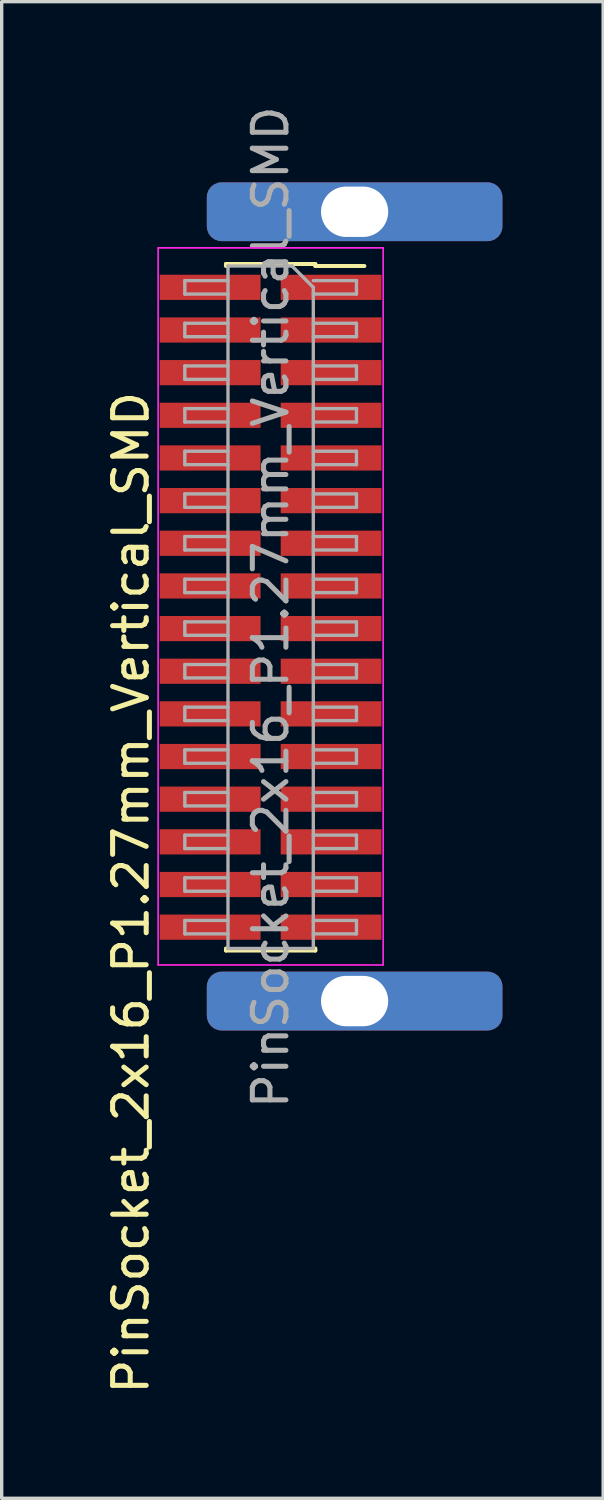
<source format=kicad_pcb>
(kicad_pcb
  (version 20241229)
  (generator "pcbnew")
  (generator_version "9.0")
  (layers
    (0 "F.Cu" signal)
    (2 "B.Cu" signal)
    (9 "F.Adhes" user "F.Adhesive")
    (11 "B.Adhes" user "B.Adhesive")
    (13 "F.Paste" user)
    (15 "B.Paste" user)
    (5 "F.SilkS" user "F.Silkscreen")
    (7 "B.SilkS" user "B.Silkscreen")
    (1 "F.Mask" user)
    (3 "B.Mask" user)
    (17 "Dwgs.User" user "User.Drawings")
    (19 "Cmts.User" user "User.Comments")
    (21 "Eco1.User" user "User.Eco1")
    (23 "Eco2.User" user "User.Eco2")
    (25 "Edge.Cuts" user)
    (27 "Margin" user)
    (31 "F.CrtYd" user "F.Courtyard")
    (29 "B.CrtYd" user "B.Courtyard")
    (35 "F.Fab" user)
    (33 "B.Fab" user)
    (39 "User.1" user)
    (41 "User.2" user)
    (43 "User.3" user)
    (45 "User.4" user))
  (footprint "PinSocket_2x16_P1.27mm_Vertical_SMD"
    (layer "F.Cu")
    (at 5.008 15.03)
    (property "Reference" "PinSocket_2x16_P1.27mm_Vertical_SMD" (at -4.16 8.5 90) (layer "F.SilkS") (effects (font (size 1 1) (thickness 0.15))))
    (attr smd)
    (fp_line (start -1.33 -10.22) (end -1.33 -10.16) (stroke (width 0.12) (type solid)) (layer "F.SilkS"))
    (fp_line (start -1.33 -10.22) (end 1.33 -10.22) (stroke (width 0.12) (type solid)) (layer "F.SilkS"))
    (fp_line (start -1.33 10.16) (end -1.33 10.22) (stroke (width 0.12) (type solid)) (layer "F.SilkS"))
    (fp_line (start -1.33 10.22) (end 1.33 10.22) (stroke (width 0.12) (type solid)) (layer "F.SilkS"))
    (fp_line (start 1.33 -10.22) (end 1.33 -10.16) (stroke (width 0.12) (type solid)) (layer "F.SilkS"))
    (fp_line (start 1.33 -10.16) (end 2.79 -10.16) (stroke (width 0.12) (type solid)) (layer "F.SilkS"))
    (fp_line (start 1.33 10.16) (end 1.33 10.22) (stroke (width 0.12) (type solid)) (layer "F.SilkS"))
    (fp_line (start -3.35 -10.7) (end 3.35 -10.7) (stroke (width 0.05) (type solid)) (layer "F.CrtYd"))
    (fp_line (start -3.35 10.65) (end -3.35 -10.7) (stroke (width 0.05) (type solid)) (layer "F.CrtYd"))
    (fp_line (start 3.35 -10.7) (end 3.35 10.65) (stroke (width 0.05) (type solid)) (layer "F.CrtYd"))
    (fp_line (start 3.35 10.65) (end -3.35 10.65) (stroke (width 0.05) (type solid)) (layer "F.CrtYd"))
    (fp_line (start -2.555 -9.725) (end -1.27 -9.725) (stroke (width 0.1) (type solid)) (layer "F.Fab"))
    (fp_line (start -2.555 -9.325) (end -2.555 -9.725) (stroke (width 0.1) (type solid)) (layer "F.Fab"))
    (fp_line (start -2.555 -8.455) (end -1.27 -8.455) (stroke (width 0.1) (type solid)) (layer "F.Fab"))
    (fp_line (start -2.555 -8.055) (end -2.555 -8.455) (stroke (width 0.1) (type solid)) (layer "F.Fab"))
    (fp_line (start -2.555 -7.185) (end -1.27 -7.185) (stroke (width 0.1) (type solid)) (layer "F.Fab"))
    (fp_line (start -2.555 -6.785) (end -2.555 -7.185) (stroke (width 0.1) (type solid)) (layer "F.Fab"))
    (fp_line (start -2.555 -5.915) (end -1.27 -5.915) (stroke (width 0.1) (type solid)) (layer "F.Fab"))
    (fp_line (start -2.555 -5.515) (end -2.555 -5.915) (stroke (width 0.1) (type solid)) (layer "F.Fab"))
    (fp_line (start -2.555 -4.645) (end -1.27 -4.645) (stroke (width 0.1) (type solid)) (layer "F.Fab"))
    (fp_line (start -2.555 -4.245) (end -2.555 -4.645) (stroke (width 0.1) (type solid)) (layer "F.Fab"))
    (fp_line (start -2.555 -3.375) (end -1.27 -3.375) (stroke (width 0.1) (type solid)) (layer "F.Fab"))
    (fp_line (start -2.555 -2.975) (end -2.555 -3.375) (stroke (width 0.1) (type solid)) (layer "F.Fab"))
    (fp_line (start -2.555 -2.105) (end -1.27 -2.105) (stroke (width 0.1) (type solid)) (layer "F.Fab"))
    (fp_line (start -2.555 -1.705) (end -2.555 -2.105) (stroke (width 0.1) (type solid)) (layer "F.Fab"))
    (fp_line (start -2.555 -0.835) (end -1.27 -0.835) (stroke (width 0.1) (type solid)) (layer "F.Fab"))
    (fp_line (start -2.555 -0.435) (end -2.555 -0.835) (stroke (width 0.1) (type solid)) (layer "F.Fab"))
    (fp_line (start -2.555 0.435) (end -1.27 0.435) (stroke (width 0.1) (type solid)) (layer "F.Fab"))
    (fp_line (start -2.555 0.835) (end -2.555 0.435) (stroke (width 0.1) (type solid)) (layer "F.Fab"))
    (fp_line (start -2.555 1.705) (end -1.27 1.705) (stroke (width 0.1) (type solid)) (layer "F.Fab"))
    (fp_line (start -2.555 2.105) (end -2.555 1.705) (stroke (width 0.1) (type solid)) (layer "F.Fab"))
    (fp_line (start -2.555 2.975) (end -1.27 2.975) (stroke (width 0.1) (type solid)) (layer "F.Fab"))
    (fp_line (start -2.555 3.375) (end -2.555 2.975) (stroke (width 0.1) (type solid)) (layer "F.Fab"))
    (fp_line (start -2.555 4.245) (end -1.27 4.245) (stroke (width 0.1) (type solid)) (layer "F.Fab"))
    (fp_line (start -2.555 4.645) (end -2.555 4.245) (stroke (width 0.1) (type solid)) (layer "F.Fab"))
    (fp_line (start -2.555 5.515) (end -1.27 5.515) (stroke (width 0.1) (type solid)) (layer "F.Fab"))
    (fp_line (start -2.555 5.915) (end -2.555 5.515) (stroke (width 0.1) (type solid)) (layer "F.Fab"))
    (fp_line (start -2.555 6.785) (end -1.27 6.785) (stroke (width 0.1) (type solid)) (layer "F.Fab"))
    (fp_line (start -2.555 7.185) (end -2.555 6.785) (stroke (width 0.1) (type solid)) (layer "F.Fab"))
    (fp_line (start -2.555 8.055) (end -1.27 8.055) (stroke (width 0.1) (type solid)) (layer "F.Fab"))
    (fp_line (start -2.555 8.455) (end -2.555 8.055) (stroke (width 0.1) (type solid)) (layer "F.Fab"))
    (fp_line (start -2.555 9.325) (end -1.27 9.325) (stroke (width 0.1) (type solid)) (layer "F.Fab"))
    (fp_line (start -2.555 9.725) (end -2.555 9.325) (stroke (width 0.1) (type solid)) (layer "F.Fab"))
    (fp_line (start -1.27 -10.16) (end 0.635 -10.16) (stroke (width 0.1) (type solid)) (layer "F.Fab"))
    (fp_line (start -1.27 -9.325) (end -2.555 -9.325) (stroke (width 0.1) (type solid)) (layer "F.Fab"))
    (fp_line (start -1.27 -8.055) (end -2.555 -8.055) (stroke (width 0.1) (type solid)) (layer "F.Fab"))
    (fp_line (start -1.27 -6.785) (end -2.555 -6.785) (stroke (width 0.1) (type solid)) (layer "F.Fab"))
    (fp_line (start -1.27 -5.515) (end -2.555 -5.515) (stroke (width 0.1) (type solid)) (layer "F.Fab"))
    (fp_line (start -1.27 -4.245) (end -2.555 -4.245) (stroke (width 0.1) (type solid)) (layer "F.Fab"))
    (fp_line (start -1.27 -2.975) (end -2.555 -2.975) (stroke (width 0.1) (type solid)) (layer "F.Fab"))
    (fp_line (start -1.27 -1.705) (end -2.555 -1.705) (stroke (width 0.1) (type solid)) (layer "F.Fab"))
    (fp_line (start -1.27 -0.435) (end -2.555 -0.435) (stroke (width 0.1) (type solid)) (layer "F.Fab"))
    (fp_line (start -1.27 0.835) (end -2.555 0.835) (stroke (width 0.1) (type solid)) (layer "F.Fab"))
    (fp_line (start -1.27 2.105) (end -2.555 2.105) (stroke (width 0.1) (type solid)) (layer "F.Fab"))
    (fp_line (start -1.27 3.375) (end -2.555 3.375) (stroke (width 0.1) (type solid)) (layer "F.Fab"))
    (fp_line (start -1.27 4.645) (end -2.555 4.645) (stroke (width 0.1) (type solid)) (layer "F.Fab"))
    (fp_line (start -1.27 5.915) (end -2.555 5.915) (stroke (width 0.1) (type solid)) (layer "F.Fab"))
    (fp_line (start -1.27 7.185) (end -2.555 7.185) (stroke (width 0.1) (type solid)) (layer "F.Fab"))
    (fp_line (start -1.27 8.455) (end -2.555 8.455) (stroke (width 0.1) (type solid)) (layer "F.Fab"))
    (fp_line (start -1.27 9.725) (end -2.555 9.725) (stroke (width 0.1) (type solid)) (layer "F.Fab"))
    (fp_line (start -1.27 10.16) (end -1.27 -10.16) (stroke (width 0.1) (type solid)) (layer "F.Fab"))
    (fp_line (start 0.635 -10.16) (end 1.27 -9.525) (stroke (width 0.1) (type solid)) (layer "F.Fab"))
    (fp_line (start 1.27 -9.725) (end 2.555 -9.725) (stroke (width 0.1) (type solid)) (layer "F.Fab"))
    (fp_line (start 1.27 -9.525) (end 1.27 10.16) (stroke (width 0.1) (type solid)) (layer "F.Fab"))
    (fp_line (start 1.27 -8.455) (end 2.555 -8.455) (stroke (width 0.1) (type solid)) (layer "F.Fab"))
    (fp_line (start 1.27 -7.185) (end 2.555 -7.185) (stroke (width 0.1) (type solid)) (layer "F.Fab"))
    (fp_line (start 1.27 -5.915) (end 2.555 -5.915) (stroke (width 0.1) (type solid)) (layer "F.Fab"))
    (fp_line (start 1.27 -4.645) (end 2.555 -4.645) (stroke (width 0.1) (type solid)) (layer "F.Fab"))
    (fp_line (start 1.27 -3.375) (end 2.555 -3.375) (stroke (width 0.1) (type solid)) (layer "F.Fab"))
    (fp_line (start 1.27 -2.105) (end 2.555 -2.105) (stroke (width 0.1) (type solid)) (layer "F.Fab"))
    (fp_line (start 1.27 -0.835) (end 2.555 -0.835) (stroke (width 0.1) (type solid)) (layer "F.Fab"))
    (fp_line (start 1.27 0.435) (end 2.555 0.435) (stroke (width 0.1) (type solid)) (layer "F.Fab"))
    (fp_line (start 1.27 1.705) (end 2.555 1.705) (stroke (width 0.1) (type solid)) (layer "F.Fab"))
    (fp_line (start 1.27 2.975) (end 2.555 2.975) (stroke (width 0.1) (type solid)) (layer "F.Fab"))
    (fp_line (start 1.27 4.245) (end 2.555 4.245) (stroke (width 0.1) (type solid)) (layer "F.Fab"))
    (fp_line (start 1.27 5.515) (end 2.555 5.515) (stroke (width 0.1) (type solid)) (layer "F.Fab"))
    (fp_line (start 1.27 6.785) (end 2.555 6.785) (stroke (width 0.1) (type solid)) (layer "F.Fab"))
    (fp_line (start 1.27 8.055) (end 2.555 8.055) (stroke (width 0.1) (type solid)) (layer "F.Fab"))
    (fp_line (start 1.27 9.325) (end 2.555 9.325) (stroke (width 0.1) (type solid)) (layer "F.Fab"))
    (fp_line (start 1.27 10.16) (end -1.27 10.16) (stroke (width 0.1) (type solid)) (layer "F.Fab"))
    (fp_line (start 2.555 -9.725) (end 2.555 -9.325) (stroke (width 0.1) (type solid)) (layer "F.Fab"))
    (fp_line (start 2.555 -9.325) (end 1.27 -9.325) (stroke (width 0.1) (type solid)) (layer "F.Fab"))
    (fp_line (start 2.555 -8.455) (end 2.555 -8.055) (stroke (width 0.1) (type solid)) (layer "F.Fab"))
    (fp_line (start 2.555 -8.055) (end 1.27 -8.055) (stroke (width 0.1) (type solid)) (layer "F.Fab"))
    (fp_line (start 2.555 -7.185) (end 2.555 -6.785) (stroke (width 0.1) (type solid)) (layer "F.Fab"))
    (fp_line (start 2.555 -6.785) (end 1.27 -6.785) (stroke (width 0.1) (type solid)) (layer "F.Fab"))
    (fp_line (start 2.555 -5.915) (end 2.555 -5.515) (stroke (width 0.1) (type solid)) (layer "F.Fab"))
    (fp_line (start 2.555 -5.515) (end 1.27 -5.515) (stroke (width 0.1) (type solid)) (layer "F.Fab"))
    (fp_line (start 2.555 -4.645) (end 2.555 -4.245) (stroke (width 0.1) (type solid)) (layer "F.Fab"))
    (fp_line (start 2.555 -4.245) (end 1.27 -4.245) (stroke (width 0.1) (type solid)) (layer "F.Fab"))
    (fp_line (start 2.555 -3.375) (end 2.555 -2.975) (stroke (width 0.1) (type solid)) (layer "F.Fab"))
    (fp_line (start 2.555 -2.975) (end 1.27 -2.975) (stroke (width 0.1) (type solid)) (layer "F.Fab"))
    (fp_line (start 2.555 -2.105) (end 2.555 -1.705) (stroke (width 0.1) (type solid)) (layer "F.Fab"))
    (fp_line (start 2.555 -1.705) (end 1.27 -1.705) (stroke (width 0.1) (type solid)) (layer "F.Fab"))
    (fp_line (start 2.555 -0.835) (end 2.555 -0.435) (stroke (width 0.1) (type solid)) (layer "F.Fab"))
    (fp_line (start 2.555 -0.435) (end 1.27 -0.435) (stroke (width 0.1) (type solid)) (layer "F.Fab"))
    (fp_line (start 2.555 0.435) (end 2.555 0.835) (stroke (width 0.1) (type solid)) (layer "F.Fab"))
    (fp_line (start 2.555 0.835) (end 1.27 0.835) (stroke (width 0.1) (type solid)) (layer "F.Fab"))
    (fp_line (start 2.555 1.705) (end 2.555 2.105) (stroke (width 0.1) (type solid)) (layer "F.Fab"))
    (fp_line (start 2.555 2.105) (end 1.27 2.105) (stroke (width 0.1) (type solid)) (layer "F.Fab"))
    (fp_line (start 2.555 2.975) (end 2.555 3.375) (stroke (width 0.1) (type solid)) (layer "F.Fab"))
    (fp_line (start 2.555 3.375) (end 1.27 3.375) (stroke (width 0.1) (type solid)) (layer "F.Fab"))
    (fp_line (start 2.555 4.245) (end 2.555 4.645) (stroke (width 0.1) (type solid)) (layer "F.Fab"))
    (fp_line (start 2.555 4.645) (end 1.27 4.645) (stroke (width 0.1) (type solid)) (layer "F.Fab"))
    (fp_line (start 2.555 5.515) (end 2.555 5.915) (stroke (width 0.1) (type solid)) (layer "F.Fab"))
    (fp_line (start 2.555 5.915) (end 1.27 5.915) (stroke (width 0.1) (type solid)) (layer "F.Fab"))
    (fp_line (start 2.555 6.785) (end 2.555 7.185) (stroke (width 0.1) (type solid)) (layer "F.Fab"))
    (fp_line (start 2.555 7.185) (end 1.27 7.185) (stroke (width 0.1) (type solid)) (layer "F.Fab"))
    (fp_line (start 2.555 8.055) (end 2.555 8.455) (stroke (width 0.1) (type solid)) (layer "F.Fab"))
    (fp_line (start 2.555 8.455) (end 1.27 8.455) (stroke (width 0.1) (type solid)) (layer "F.Fab"))
    (fp_line (start 2.555 9.325) (end 2.555 9.725) (stroke (width 0.1) (type solid)) (layer "F.Fab"))
    (fp_line (start 2.555 9.725) (end 1.27 9.725) (stroke (width 0.1) (type solid)) (layer "F.Fab"))
    (fp_text user "${REFERENCE}" (at 0 0 90) (layer "F.Fab") (effects (font (size 1 1) (thickness 0.15))))
    (pad "1" smd rect (at 1.8 -9.525) (size 3 0.75) (layers "F.Cu" "F.Mask" "F.Paste"))
    (pad "2" smd rect (at -1.8 -9.525) (size 3 0.75) (layers "F.Cu" "F.Mask" "F.Paste"))
    (pad "3" smd rect (at 1.8 -8.255) (size 3 0.75) (layers "F.Cu" "F.Mask" "F.Paste"))
    (pad "4" smd rect (at -1.8 -8.255) (size 3 0.75) (layers "F.Cu" "F.Mask" "F.Paste"))
    (pad "5" smd rect (at 1.8 -6.985) (size 3 0.75) (layers "F.Cu" "F.Mask" "F.Paste"))
    (pad "6" smd rect (at -1.8 -6.985) (size 3 0.75) (layers "F.Cu" "F.Mask" "F.Paste"))
    (pad "7" smd rect (at 1.8 -5.715) (size 3 0.75) (layers "F.Cu" "F.Mask" "F.Paste"))
    (pad "8" smd rect (at -1.8 -5.715) (size 3 0.75) (layers "F.Cu" "F.Mask" "F.Paste"))
    (pad "9" smd rect (at 1.8 -4.445) (size 3 0.75) (layers "F.Cu" "F.Mask" "F.Paste"))
    (pad "10" smd rect (at -1.8 -4.445) (size 3 0.75) (layers "F.Cu" "F.Mask" "F.Paste"))
    (pad "11" smd rect (at 1.8 -3.175) (size 3 0.75) (layers "F.Cu" "F.Mask" "F.Paste"))
    (pad "12" smd rect (at -1.8 -3.175) (size 3 0.75) (layers "F.Cu" "F.Mask" "F.Paste"))
    (pad "13" smd rect (at 1.8 -1.905) (size 3 0.75) (layers "F.Cu" "F.Mask" "F.Paste"))
    (pad "14" smd rect (at -1.8 -1.905) (size 3 0.75) (layers "F.Cu" "F.Mask" "F.Paste"))
    (pad "15" smd rect (at 1.8 -0.635) (size 3 0.75) (layers "F.Cu" "F.Mask" "F.Paste"))
    (pad "16" smd rect (at -1.8 -0.635) (size 3 0.75) (layers "F.Cu" "F.Mask" "F.Paste"))
    (pad "17" smd rect (at 1.8 0.635) (size 3 0.75) (layers "F.Cu" "F.Mask" "F.Paste"))
    (pad "18" smd rect (at -1.8 0.635) (size 3 0.75) (layers "F.Cu" "F.Mask" "F.Paste"))
    (pad "19" smd rect (at 1.8 1.905) (size 3 0.75) (layers "F.Cu" "F.Mask" "F.Paste"))
    (pad "20" smd rect (at -1.8 1.905) (size 3 0.75) (layers "F.Cu" "F.Mask" "F.Paste"))
    (pad "21" smd rect (at 1.8 3.175) (size 3 0.75) (layers "F.Cu" "F.Mask" "F.Paste"))
    (pad "22" smd rect (at -1.8 3.175) (size 3 0.75) (layers "F.Cu" "F.Mask" "F.Paste"))
    (pad "23" smd rect (at 1.8 4.445) (size 3 0.75) (layers "F.Cu" "F.Mask" "F.Paste"))
    (pad "24" smd rect (at -1.8 4.445) (size 3 0.75) (layers "F.Cu" "F.Mask" "F.Paste"))
    (pad "25" smd rect (at 1.8 5.715) (size 3 0.75) (layers "F.Cu" "F.Mask" "F.Paste"))
    (pad "26" smd rect (at -1.8 5.715) (size 3 0.75) (layers "F.Cu" "F.Mask" "F.Paste"))
    (pad "27" smd rect (at 1.8 6.985) (size 3 0.75) (layers "F.Cu" "F.Mask" "F.Paste"))
    (pad "28" smd rect (at -1.8 6.985) (size 3 0.75) (layers "F.Cu" "F.Mask" "F.Paste"))
    (pad "29" smd rect (at 1.8 8.255) (size 3 0.75) (layers "F.Cu" "F.Mask" "F.Paste"))
    (pad "30" smd rect (at -1.8 8.255) (size 3 0.75) (layers "F.Cu" "F.Mask" "F.Paste"))
    (pad "31" smd rect (at 1.8 9.525) (size 3 0.75) (layers "F.Cu" "F.Mask" "F.Paste"))
    (pad "32" smd rect (at -1.8 9.525) (size 3 0.75) (layers "F.Cu" "F.Mask" "F.Paste"))
    (pad "MP" thru_hole roundrect (at 2.5 -11.775) (size 8.8 1.75) (drill oval 2 1.5) (layers "*.Cu" "*.Mask") (roundrect_rratio 0.25))
    (pad "MP" thru_hole roundrect (at 2.5 11.725) (size 8.8 1.75) (drill oval 2 1.5) (layers "*.Cu" "*.Mask") (roundrect_rratio 0.25)))
  (gr_rect
    (start -3 -3)
    (end 14.908 41.56)
    (stroke (width 0.1) (type default))
    (fill no)
    (layer "Edge.Cuts")))
</source>
